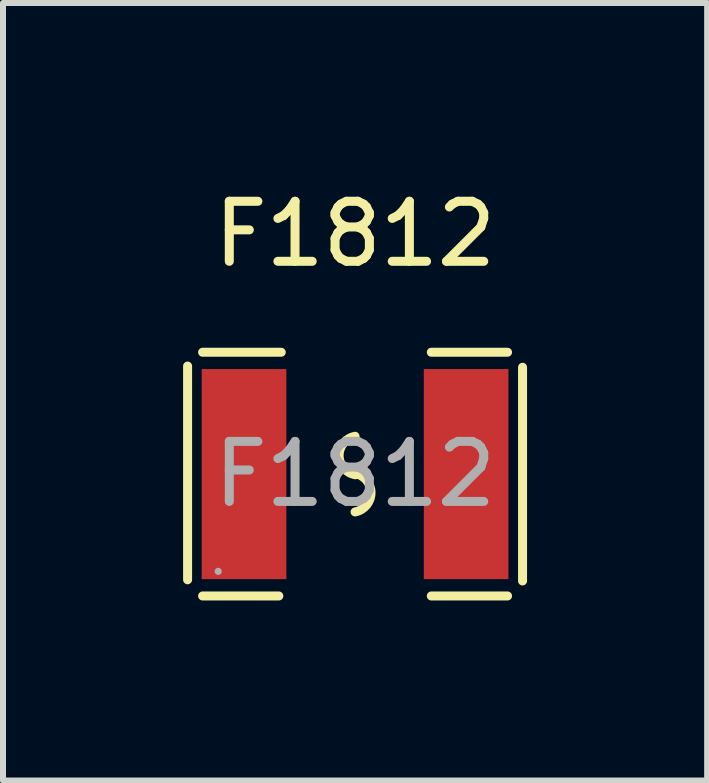
<source format=kicad_pcb>
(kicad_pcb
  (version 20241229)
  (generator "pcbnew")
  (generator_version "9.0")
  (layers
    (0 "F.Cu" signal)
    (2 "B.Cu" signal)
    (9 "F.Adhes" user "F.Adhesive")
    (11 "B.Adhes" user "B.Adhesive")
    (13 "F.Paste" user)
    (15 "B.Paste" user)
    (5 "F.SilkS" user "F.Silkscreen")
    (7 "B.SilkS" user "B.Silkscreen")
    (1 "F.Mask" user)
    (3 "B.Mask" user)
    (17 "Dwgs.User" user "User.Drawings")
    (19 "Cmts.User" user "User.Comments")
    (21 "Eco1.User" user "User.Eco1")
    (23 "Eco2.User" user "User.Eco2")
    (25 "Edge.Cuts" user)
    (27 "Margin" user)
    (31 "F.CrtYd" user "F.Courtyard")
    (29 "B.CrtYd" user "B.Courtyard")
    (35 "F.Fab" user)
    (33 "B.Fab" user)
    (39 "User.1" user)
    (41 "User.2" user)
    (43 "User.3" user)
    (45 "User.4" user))
  (footprint "F1812"
    (layer "F.Cu")
    (at 2.865 4.848)
    (property "Reference" "F1812" (at 0 -4 0) (layer "F.SilkS") (effects (font (size 1 1) (thickness 0.15))))
    (attr through_hole)
    (fp_line (start -2.79 -1.8) (end -2.79 1.76) (stroke (width 0.15) (type solid)) (layer "F.SilkS"))
    (fp_line (start -2.54 -2.03) (end -1.23 -2.03) (stroke (width 0.15) (type solid)) (layer "F.SilkS"))
    (fp_line (start -1.27 2.03) (end -2.54 2.03) (stroke (width 0.15) (type solid)) (layer "F.SilkS"))
    (fp_line (start 1.27 2.03) (end 2.54 2.03) (stroke (width 0.15) (type solid)) (layer "F.SilkS"))
    (fp_line (start 2.54 -2.03) (end 1.27 -2.03) (stroke (width 0.15) (type solid)) (layer "F.SilkS"))
    (fp_line (start 2.79 -1.78) (end 2.79 1.78) (stroke (width 0.15) (type solid)) (layer "F.SilkS"))
    (fp_arc (start -0.005366 -0.01096) (mid 0.265565 0.307274) (end 0 0.63) (stroke (width 0.15) (type solid)) (layer "F.SilkS"))
    (fp_arc (start 0.005366 0.01096) (mid -0.265565 -0.307274) (end 0 -0.63) (stroke (width 0.15) (type solid)) (layer "F.SilkS"))
    (fp_circle (center -2.28 1.62) (end -2.25 1.62) (stroke (width 0.06) (type solid)) (fill no) (layer "F.Fab"))
    (fp_text user "${REFERENCE}" (at 0 0 0) (layer "F.Fab") (effects (font (size 1 1) (thickness 0.15))))
    (pad "1" smd rect (at -1.85 0) (size 1.41 3.5) (layers "F.Cu" "F.Mask" "F.Paste"))
    (pad "2" smd rect (at 1.85 0) (size 1.41 3.5) (layers "F.Cu" "F.Mask" "F.Paste")))
  (gr_rect
    (start -3 -3)
    (end 8.73 9.953)
    (stroke (width 0.1) (type default))
    (fill no)
    (layer "Edge.Cuts")))
</source>
